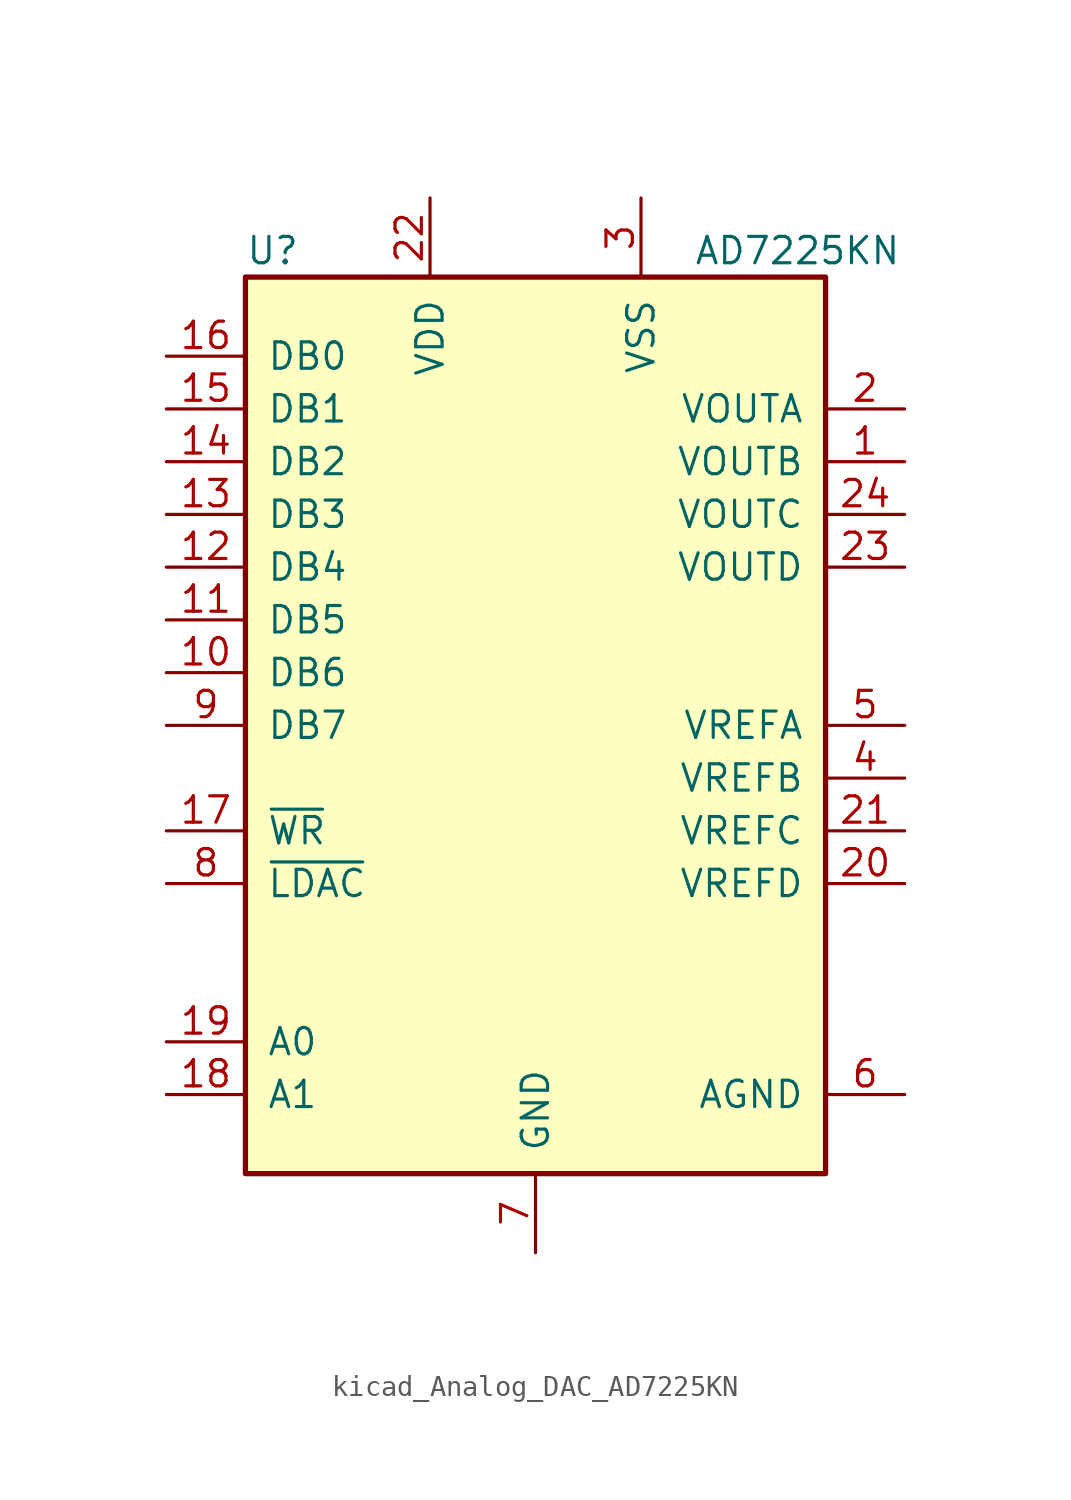
<source format=kicad_sym>
(kicad_symbol_lib
  (version 20220914)
  (generator kicad_symbol_editor)
  (symbol "kicad_Analog_DAC_AD7225KN"
    (pin_names
      (offset 1.016))
    (property "Reference" "U"
      (at -13.97 22.86 0)
      (effects (font (size 1.27 1.27)) (justify left)))
    (property "Value" "AD7225KN"
      (at 7.62 22.86 0)
      (effects (font (size 1.27 1.27)) (justify left)))
    (symbol "kicad_Analog_DAC_AD7225KN_0_1"
      (rectangle (start -13.97 -21.59) (end 13.97 21.59) (stroke (width 0.254) (type default)) (fill (type background))))
    (symbol "kicad_Analog_DAC_AD7225KN_1_1"
      (pin output line (at 17.78 12.7 180) (length 3.81) (name "VOUTB" (effects (font (size 1.27 1.27)))) (number "1" (effects (font (size 1.27 1.27)))))
      (pin input line (at -17.78 2.54 0) (length 3.81) (name "DB6" (effects (font (size 1.27 1.27)))) (number "10" (effects (font (size 1.27 1.27)))))
      (pin input line (at -17.78 5.08 0) (length 3.81) (name "DB5" (effects (font (size 1.27 1.27)))) (number "11" (effects (font (size 1.27 1.27)))))
      (pin input line (at -17.78 7.62 0) (length 3.81) (name "DB4" (effects (font (size 1.27 1.27)))) (number "12" (effects (font (size 1.27 1.27)))))
      (pin input line (at -17.78 10.16 0) (length 3.81) (name "DB3" (effects (font (size 1.27 1.27)))) (number "13" (effects (font (size 1.27 1.27)))))
      (pin input line (at -17.78 12.7 0) (length 3.81) (name "DB2" (effects (font (size 1.27 1.27)))) (number "14" (effects (font (size 1.27 1.27)))))
      (pin input line (at -17.78 15.24 0) (length 3.81) (name "DB1" (effects (font (size 1.27 1.27)))) (number "15" (effects (font (size 1.27 1.27)))))
      (pin input line (at -17.78 17.78 0) (length 3.81) (name "DB0" (effects (font (size 1.27 1.27)))) (number "16" (effects (font (size 1.27 1.27)))))
      (pin input line (at -17.78 -5.08 0) (length 3.81) (name "~{WR}" (effects (font (size 1.27 1.27)))) (number "17" (effects (font (size 1.27 1.27)))))
      (pin input line (at -17.78 -17.78 0) (length 3.81) (name "A1" (effects (font (size 1.27 1.27)))) (number "18" (effects (font (size 1.27 1.27)))))
      (pin input line (at -17.78 -15.24 0) (length 3.81) (name "A0" (effects (font (size 1.27 1.27)))) (number "19" (effects (font (size 1.27 1.27)))))
      (pin output line (at 17.78 15.24 180) (length 3.81) (name "VOUTA" (effects (font (size 1.27 1.27)))) (number "2" (effects (font (size 1.27 1.27)))))
      (pin input line (at 17.78 -7.62 180) (length 3.81) (name "VREFD" (effects (font (size 1.27 1.27)))) (number "20" (effects (font (size 1.27 1.27)))))
      (pin input line (at 17.78 -5.08 180) (length 3.81) (name "VREFC" (effects (font (size 1.27 1.27)))) (number "21" (effects (font (size 1.27 1.27)))))
      (pin power_in line (at -5.08 25.4 270) (length 3.81) (name "VDD" (effects (font (size 1.27 1.27)))) (number "22" (effects (font (size 1.27 1.27)))))
      (pin output line (at 17.78 7.62 180) (length 3.81) (name "VOUTD" (effects (font (size 1.27 1.27)))) (number "23" (effects (font (size 1.27 1.27)))))
      (pin output line (at 17.78 10.16 180) (length 3.81) (name "VOUTC" (effects (font (size 1.27 1.27)))) (number "24" (effects (font (size 1.27 1.27)))))
      (pin power_in line (at 5.08 25.4 270) (length 3.81) (name "VSS" (effects (font (size 1.27 1.27)))) (number "3" (effects (font (size 1.27 1.27)))))
      (pin input line (at 17.78 -2.54 180) (length 3.81) (name "VREFB" (effects (font (size 1.27 1.27)))) (number "4" (effects (font (size 1.27 1.27)))))
      (pin input line (at 17.78 0 180) (length 3.81) (name "VREFA" (effects (font (size 1.27 1.27)))) (number "5" (effects (font (size 1.27 1.27)))))
      (pin input line (at 17.78 -17.78 180) (length 3.81) (name "AGND" (effects (font (size 1.27 1.27)))) (number "6" (effects (font (size 1.27 1.27)))))
      (pin power_in line (at 0 -25.4 90) (length 3.81) (name "GND" (effects (font (size 1.27 1.27)))) (number "7" (effects (font (size 1.27 1.27)))))
      (pin input line (at -17.78 -7.62 0) (length 3.81) (name "~{LDAC}" (effects (font (size 1.27 1.27)))) (number "8" (effects (font (size 1.27 1.27)))))
      (pin input line (at -17.78 0 0) (length 3.81) (name "DB7" (effects (font (size 1.27 1.27)))) (number "9" (effects (font (size 1.27 1.27))))))))
</source>
